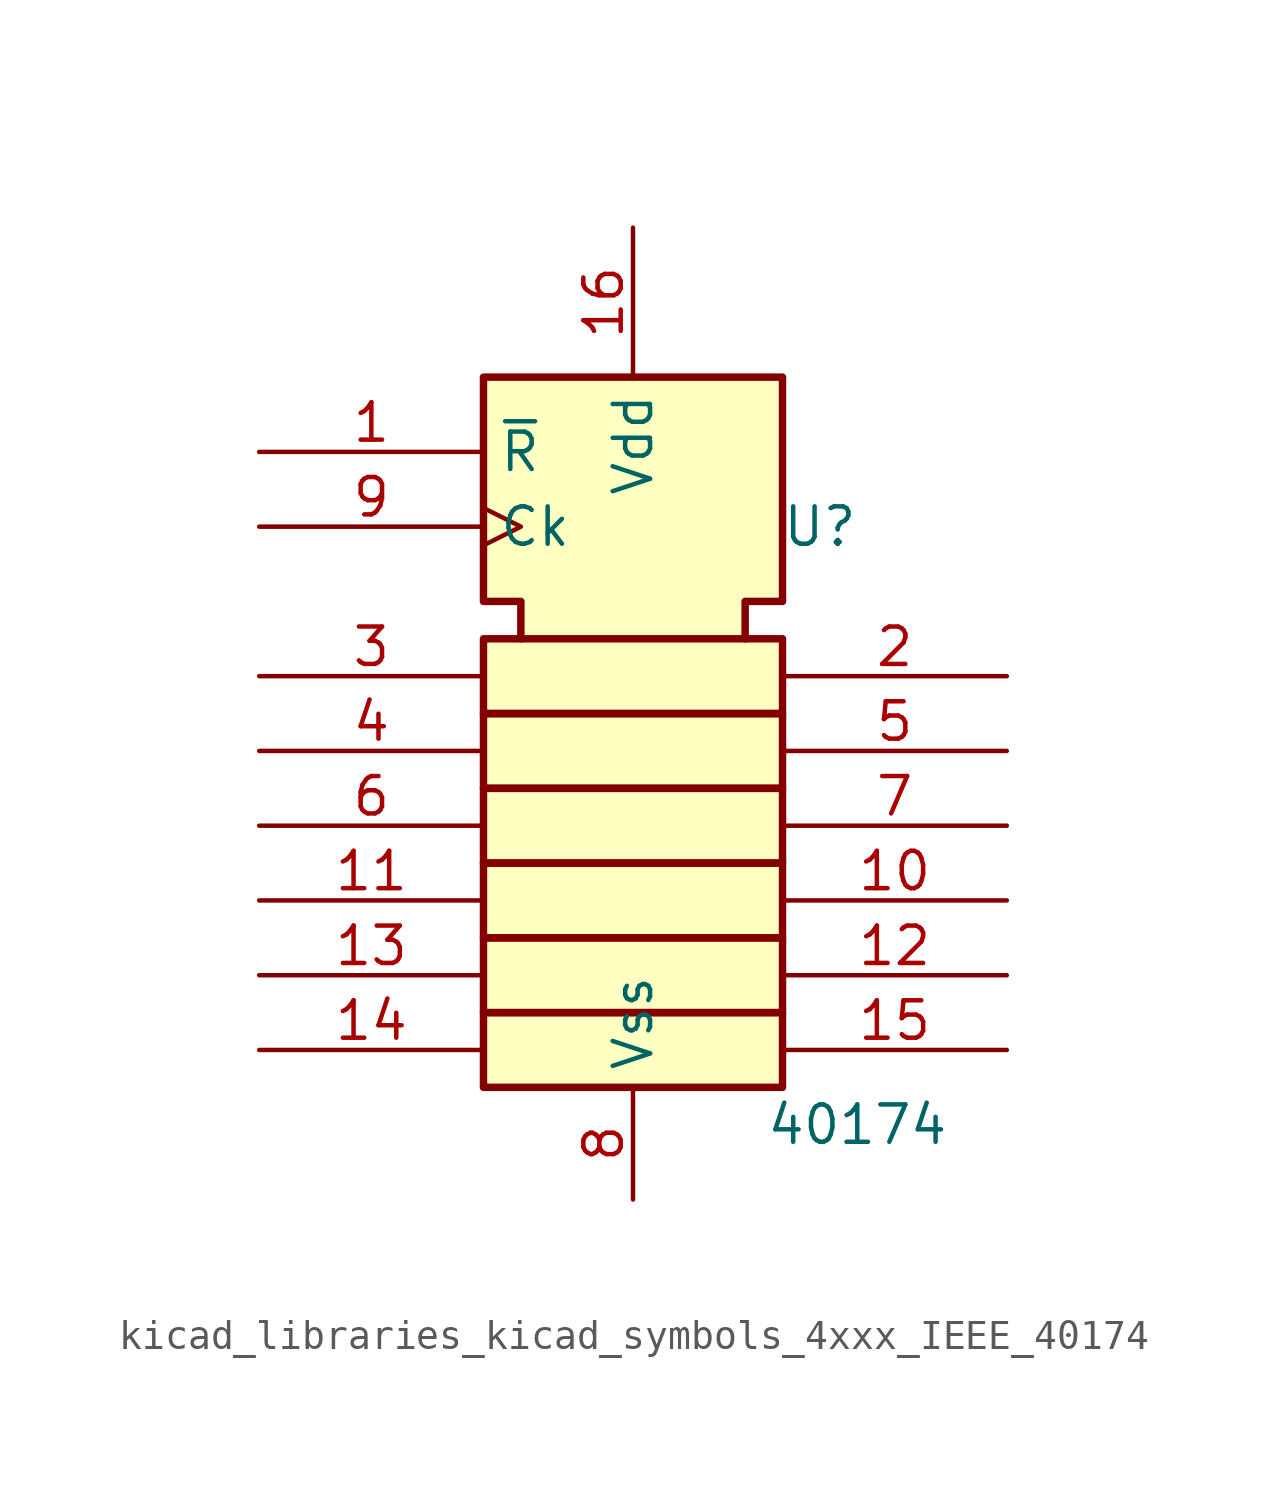
<source format=kicad_sym>
(kicad_symbol_lib
  (version 20220914)
  (generator kicad_symbol_editor)
  (symbol "kicad_libraries_kicad_symbols_4xxx_IEEE_40174"
    (property "Reference" "U"
      (at 6.35 7.62 0)
      (effects (font (size 1.27 1.27))))
    (property "Value" "40174"
      (at 7.62 -12.7 0)
      (effects (font (size 1.27 1.27))))
    (symbol "kicad_libraries_kicad_symbols_4xxx_IEEE_40174_0_0"
      (pin input line (at -12.7 10.16 0) (length 7.62) (name "~{R}" (effects (font (size 1.27 1.27)))) (number "1" (effects (font (size 1.27 1.27)))))
      (pin power_in line (at 0 17.78 270) (length 5.08) (name "Vdd" (effects (font (size 1.27 1.27)))) (number "16" (effects (font (size 1.27 1.27)))))
      (pin power_in line (at 0 -15.24 90) (length 3.81) (name "Vss" (effects (font (size 1.27 1.27)))) (number "8" (effects (font (size 1.27 1.27)))))
      (pin input clock (at -12.7 7.62 0) (length 7.62) (name "Ck" (effects (font (size 1.27 1.27)))) (number "9" (effects (font (size 1.27 1.27))))))
    (symbol "kicad_libraries_kicad_symbols_4xxx_IEEE_40174_0_1"
      (rectangle (start -5.08 -8.89) (end 5.08 -11.43) (stroke (width 0.254) (type default)) (fill (type background)))
      (rectangle (start -5.08 -6.35) (end 5.08 -8.89) (stroke (width 0.254) (type default)) (fill (type background)))
      (rectangle (start -5.08 -3.81) (end 5.08 -6.35) (stroke (width 0.254) (type default)) (fill (type background)))
      (rectangle (start -5.08 -1.27) (end 5.08 -3.81) (stroke (width 0.254) (type default)) (fill (type background)))
      (rectangle (start -5.08 1.27) (end 5.08 -1.27) (stroke (width 0.254) (type default)) (fill (type background)))
      (rectangle (start -5.08 3.81) (end 5.08 1.27) (stroke (width 0.254) (type default)) (fill (type background)))
      (polyline (pts (xy -3.81 3.81) (xy -3.81 5.08) (xy -5.08 5.08) (xy -5.08 12.7) (xy 5.08 12.7) (xy 5.08 5.08) (xy 3.81 5.08) (xy 3.81 3.81) (xy 3.81 3.81)) (stroke (width 0.254) (type default)) (fill (type background))))
    (symbol "kicad_libraries_kicad_symbols_4xxx_IEEE_40174_1_0"
      (pin output line (at 12.7 -5.08 180) (length 7.62) (name "~" (effects (font (size 1.27 1.27)))) (number "10" (effects (font (size 1.27 1.27)))))
      (pin input line (at -12.7 -5.08 0) (length 7.62) (name "~" (effects (font (size 1.27 1.27)))) (number "11" (effects (font (size 1.27 1.27)))))
      (pin output line (at 12.7 -7.62 180) (length 7.62) (name "~" (effects (font (size 1.27 1.27)))) (number "12" (effects (font (size 1.27 1.27)))))
      (pin input line (at -12.7 -7.62 0) (length 7.62) (name "~" (effects (font (size 1.27 1.27)))) (number "13" (effects (font (size 1.27 1.27)))))
      (pin input line (at -12.7 -10.16 0) (length 7.62) (name "~" (effects (font (size 1.27 1.27)))) (number "14" (effects (font (size 1.27 1.27)))))
      (pin output line (at 12.7 -10.16 180) (length 7.62) (name "~" (effects (font (size 1.27 1.27)))) (number "15" (effects (font (size 1.27 1.27)))))
      (pin output line (at 12.7 2.54 180) (length 7.62) (name "~" (effects (font (size 1.27 1.27)))) (number "2" (effects (font (size 1.27 1.27)))))
      (pin input line (at -12.7 2.54 0) (length 7.62) (name "~" (effects (font (size 1.27 1.27)))) (number "3" (effects (font (size 1.27 1.27)))))
      (pin input line (at -12.7 0 0) (length 7.62) (name "~" (effects (font (size 1.27 1.27)))) (number "4" (effects (font (size 1.27 1.27)))))
      (pin output line (at 12.7 0 180) (length 7.62) (name "~" (effects (font (size 1.27 1.27)))) (number "5" (effects (font (size 1.27 1.27)))))
      (pin input line (at -12.7 -2.54 0) (length 7.62) (name "~" (effects (font (size 1.27 1.27)))) (number "6" (effects (font (size 1.27 1.27)))))
      (pin output line (at 12.7 -2.54 180) (length 7.62) (name "~" (effects (font (size 1.27 1.27)))) (number "7" (effects (font (size 1.27 1.27))))))))
</source>
